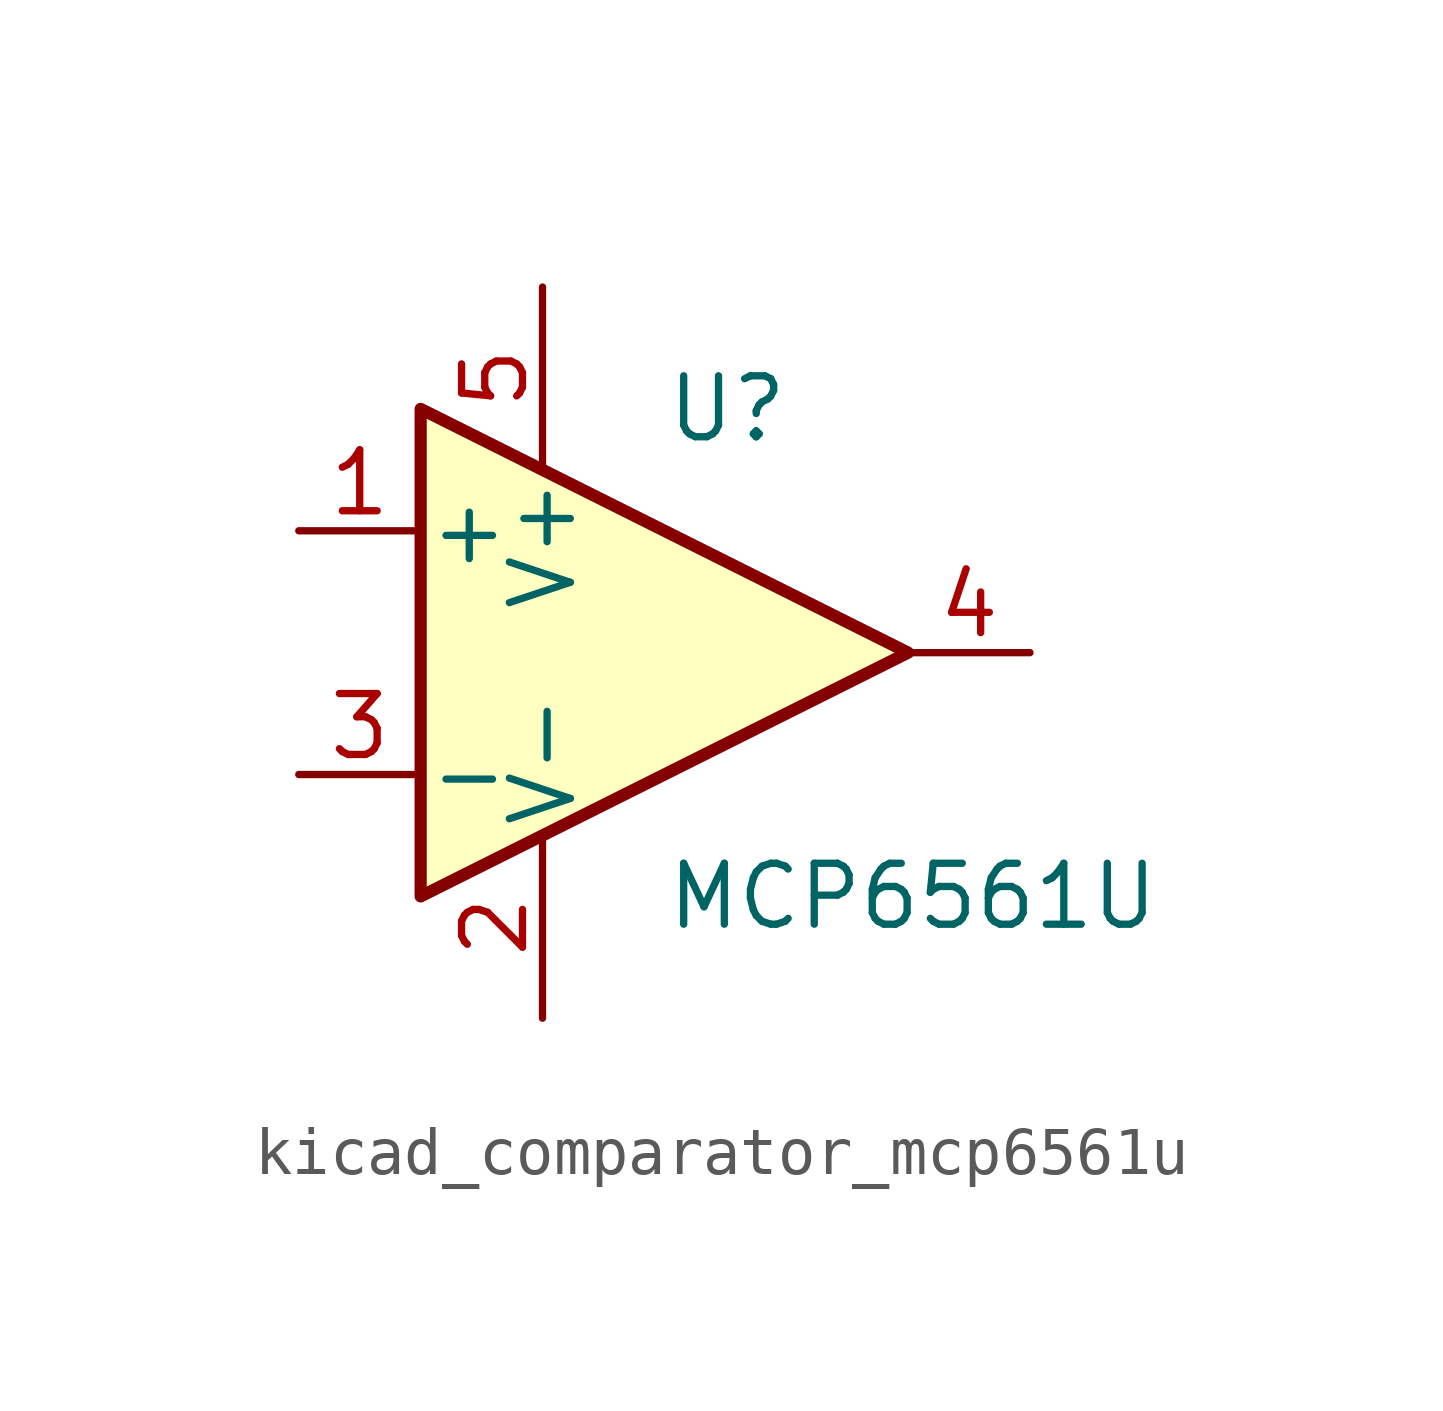
<source format=kicad_sym>
(kicad_symbol_lib
  (version 20220914)
  (generator kicad_symbol_editor)
  (symbol "kicad_comparator_mcp6561u"
    (pin_names
      (offset 0.127))
    (property "Reference" "U"
      (at 0 5.08 0)
      (effects (font (size 1.27 1.27)) (justify left)))
    (property "Value" "MCP6561U"
      (at 0 -5.08 0)
      (effects (font (size 1.27 1.27)) (justify left)))
    (symbol "kicad_comparator_mcp6561u_0_1"
      (polyline (pts (xy -5.08 5.08) (xy 5.08 0) (xy -5.08 -5.08) (xy -5.08 5.08)) (stroke (width 0.254) (type default)) (fill (type background)))
      (pin power_in line (at -2.54 -7.62 90) (length 3.81) (name "V-" (effects (font (size 1.27 1.27)))) (number "2" (effects (font (size 1.27 1.27)))))
      (pin power_in line (at -2.54 7.62 270) (length 3.81) (name "V+" (effects (font (size 1.27 1.27)))) (number "5" (effects (font (size 1.27 1.27))))))
    (symbol "kicad_comparator_mcp6561u_1_1"
      (pin input line (at -7.62 2.54 0) (length 2.54) (name "+" (effects (font (size 1.27 1.27)))) (number "1" (effects (font (size 1.27 1.27)))))
      (pin input line (at -7.62 -2.54 0) (length 2.54) (name "-" (effects (font (size 1.27 1.27)))) (number "3" (effects (font (size 1.27 1.27)))))
      (pin output line (at 7.62 0 180) (length 2.54) (name "~" (effects (font (size 1.27 1.27)))) (number "4" (effects (font (size 1.27 1.27))))))))
</source>
